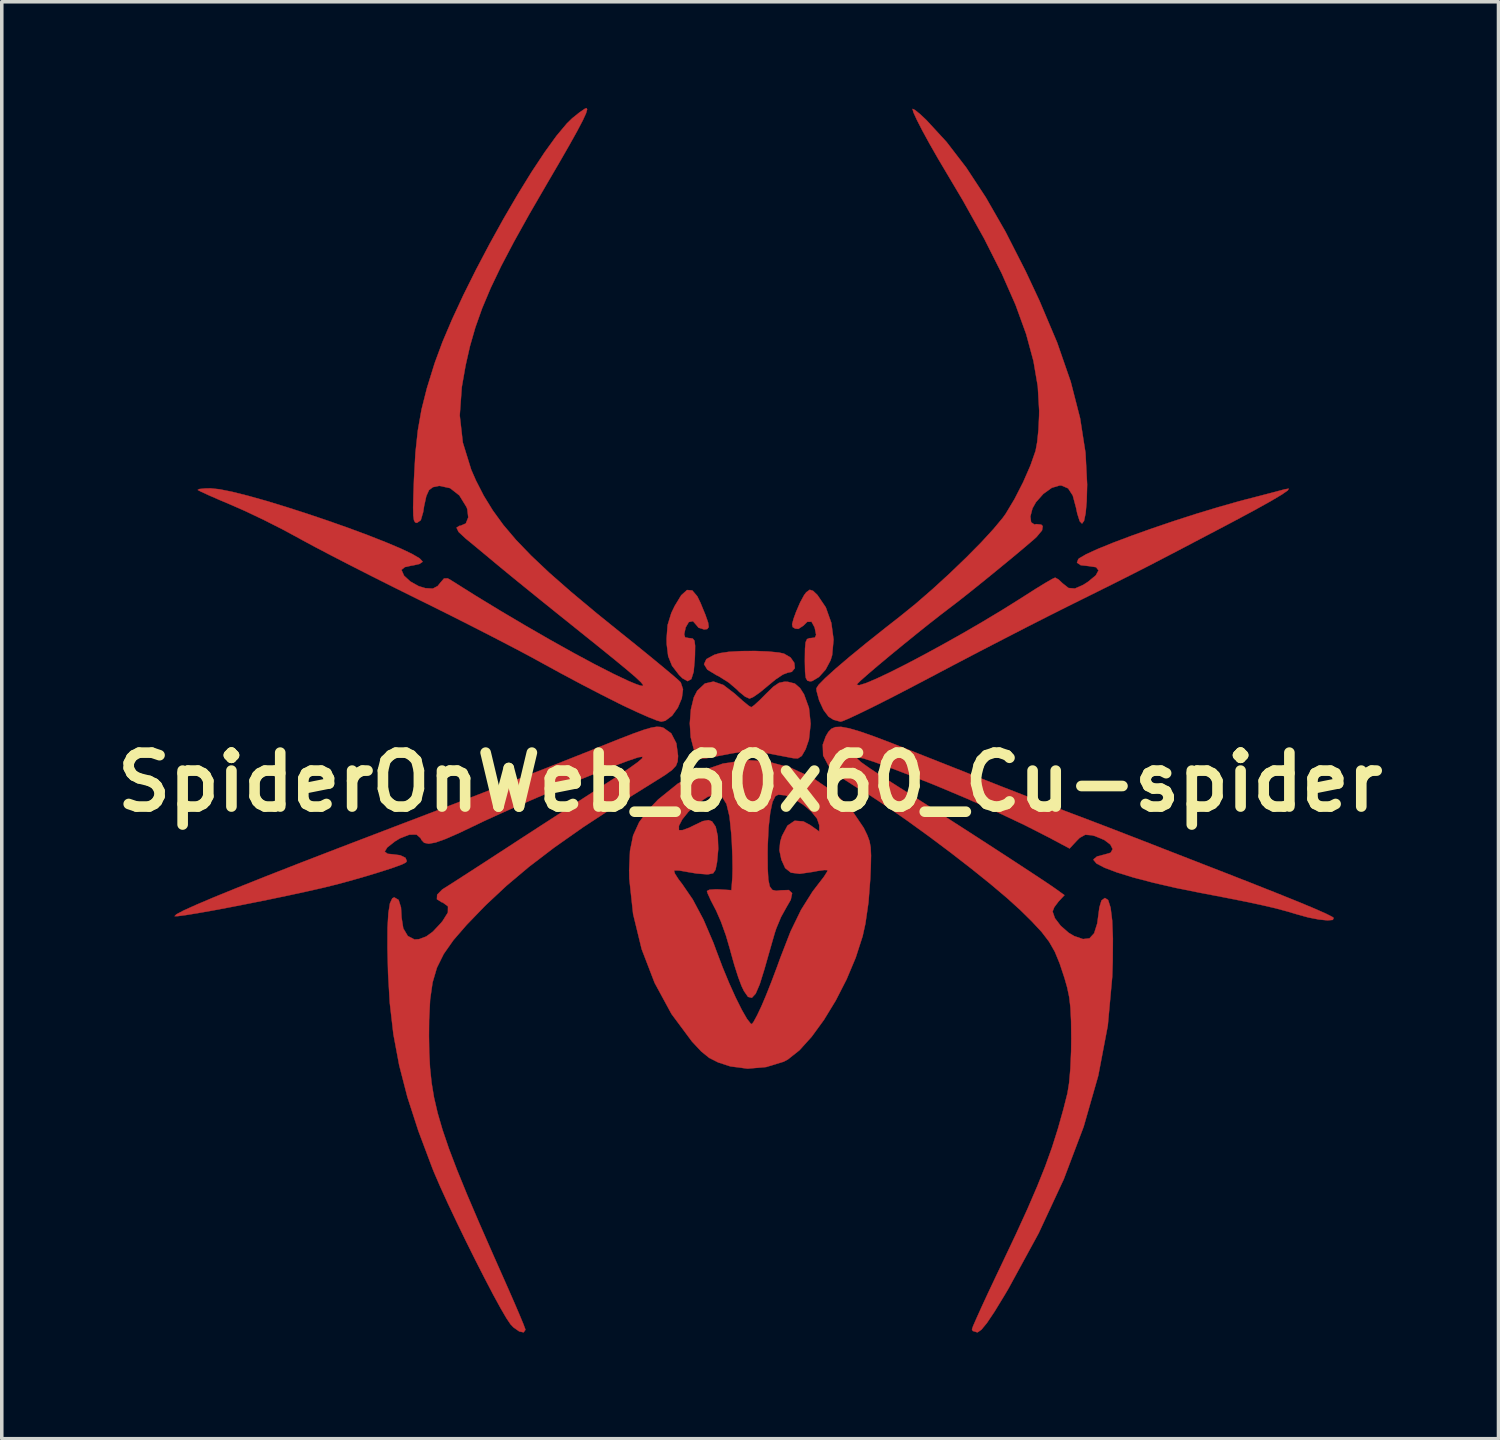
<source format=kicad_pcb>
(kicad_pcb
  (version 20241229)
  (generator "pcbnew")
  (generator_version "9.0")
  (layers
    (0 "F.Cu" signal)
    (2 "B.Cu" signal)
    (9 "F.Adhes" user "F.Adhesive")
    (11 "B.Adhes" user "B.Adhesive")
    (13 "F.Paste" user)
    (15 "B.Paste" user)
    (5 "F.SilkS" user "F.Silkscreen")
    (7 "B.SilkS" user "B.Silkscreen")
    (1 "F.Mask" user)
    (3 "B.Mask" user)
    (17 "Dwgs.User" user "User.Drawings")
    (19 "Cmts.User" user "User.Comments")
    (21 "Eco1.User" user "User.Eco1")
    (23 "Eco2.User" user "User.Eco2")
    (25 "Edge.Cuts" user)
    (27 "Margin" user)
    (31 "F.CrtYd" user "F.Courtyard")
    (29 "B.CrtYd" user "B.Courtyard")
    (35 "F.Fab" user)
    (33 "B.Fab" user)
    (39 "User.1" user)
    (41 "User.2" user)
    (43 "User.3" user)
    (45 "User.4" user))
  (footprint "SpiderOnWeb_60x60_Cu-spider"
    (layer "F.Cu")
    (at 18.15 19.055)
    (property "Reference" "SpiderOnWeb_60x60_Cu-spider" (at 0 0 0) (layer "F.SilkS") (effects (font (size 1.524 1.524) (thickness 0.3))))
    (attr through_hole)
    (fp_poly (pts (xy 0.51 -3.693) (xy 0.814 -3.663) (xy 0.957 -3.632) (xy 1.144 -3.522) (xy 1.249 -3.371) (xy 1.263 -3.221) (xy 1.177 -3.117) (xy 1.062 -3.094) (xy 0.928 -3.042) (xy 0.723 -2.906) (xy 0.506 -2.727) (xy 0.282 -2.541) (xy 0.093 -2.409) (xy -0.017 -2.361) (xy -0.141 -2.416) (xy -0.312 -2.555) (xy -0.371 -2.616) (xy -0.605 -2.815) (xy -0.887 -2.993) (xy -0.957 -3.027) (xy -1.21 -3.181) (xy -1.303 -3.334) (xy -1.237 -3.477) (xy -1.013 -3.599) (xy -0.855 -3.646) (xy -0.6 -3.684) (xy -0.251 -3.704) (xy 0.137 -3.707) (xy 0.51 -3.693)) (stroke (width 0.01) (type solid)) (fill yes) (layer "F.Cu"))
    (fp_poly (pts (xy -1.635 -5.419) (xy -1.493 -5.252) (xy -1.405 -5.072) (xy -1.264 -4.729) (xy -1.187 -4.508) (xy -1.171 -4.383) (xy -1.212 -4.327) (xy -1.3 -4.315) (xy -1.459 -4.366) (xy -1.517 -4.437) (xy -1.615 -4.549) (xy -1.733 -4.525) (xy -1.821 -4.376) (xy -1.864 -4.179) (xy -1.838 -4.092) (xy -1.727 -4.071) (xy -1.706 -4.071) (xy -1.621 -4.058) (xy -1.573 -3.997) (xy -1.555 -3.854) (xy -1.559 -3.594) (xy -1.564 -3.481) (xy -1.596 -3.12) (xy -1.662 -2.913) (xy -1.767 -2.854) (xy -1.916 -2.938) (xy -2.008 -3.03) (xy -2.207 -3.289) (xy -2.316 -3.559) (xy -2.358 -3.902) (xy -2.361 -4.056) (xy -2.332 -4.441) (xy -2.227 -4.782) (xy -2.133 -4.977) (xy -1.947 -5.283) (xy -1.783 -5.43) (xy -1.635 -5.419)) (stroke (width 0.01) (type solid)) (fill yes) (layer "F.Cu"))
    (fp_poly (pts (xy 1.779 -5.407) (xy 1.902 -5.289) (xy 2.139 -4.939) (xy 2.295 -4.5) (xy 2.358 -4.03) (xy 2.318 -3.59) (xy 2.274 -3.445) (xy 2.133 -3.181) (xy 1.946 -2.972) (xy 1.755 -2.858) (xy 1.695 -2.849) (xy 1.619 -2.868) (xy 1.574 -2.945) (xy 1.553 -3.115) (xy 1.547 -3.41) (xy 1.547 -3.46) (xy 1.551 -3.772) (xy 1.568 -3.955) (xy 1.608 -4.043) (xy 1.68 -4.07) (xy 1.71 -4.071) (xy 1.83 -4.086) (xy 1.865 -4.163) (xy 1.829 -4.344) (xy 1.821 -4.376) (xy 1.736 -4.533) (xy 1.616 -4.532) (xy 1.506 -4.424) (xy 1.363 -4.331) (xy 1.273 -4.34) (xy 1.202 -4.383) (xy 1.186 -4.464) (xy 1.23 -4.625) (xy 1.3 -4.816) (xy 1.413 -5.078) (xy 1.527 -5.288) (xy 1.586 -5.366) (xy 1.684 -5.437) (xy 1.779 -5.407)) (stroke (width 0.01) (type solid)) (fill yes) (layer "F.Cu"))
    (fp_poly (pts (xy -0.757 -2.747) (xy -0.433 -2.499) (xy -0.421 -2.488) (xy -0.212 -2.3) (xy -0.05 -2.166) (xy 0.03 -2.117) (xy 0.11 -2.171) (xy 0.266 -2.313) (xy 0.441 -2.489) (xy 0.655 -2.698) (xy 0.816 -2.806) (xy 0.97 -2.839) (xy 1.068 -2.835) (xy 1.264 -2.786) (xy 1.411 -2.658) (xy 1.523 -2.483) (xy 1.663 -2.098) (xy 1.71 -1.648) (xy 1.662 -1.204) (xy 1.569 -0.932) (xy 1.459 -0.741) (xy 1.348 -0.67) (xy 1.223 -0.677) (xy 1.033 -0.713) (xy 0.752 -0.767) (xy 0.509 -0.814) (xy 0.116 -0.869) (xy -0.239 -0.858) (xy -0.509 -0.814) (xy -0.818 -0.755) (xy -1.094 -0.702) (xy -1.242 -0.674) (xy -1.394 -0.666) (xy -1.493 -0.739) (xy -1.589 -0.928) (xy -1.596 -0.944) (xy -1.68 -1.271) (xy -1.705 -1.661) (xy -1.674 -2.056) (xy -1.591 -2.397) (xy -1.496 -2.582) (xy -1.278 -2.788) (xy -1.035 -2.843) (xy -0.757 -2.747)) (stroke (width 0.01) (type solid)) (fill yes) (layer "F.Cu"))
    (fp_poly (pts (xy 2.795 -1.522) (xy 3.1 -1.433) (xy 3.503 -1.292) (xy 4.021 -1.095) (xy 4.671 -0.839) (xy 4.731 -0.815) (xy 5.502 -0.51) (xy 6.144 -0.256) (xy 6.681 -0.044) (xy 7.135 0.135) (xy 7.529 0.288) (xy 7.885 0.427) (xy 8.228 0.558) (xy 8.578 0.692) (xy 8.96 0.837) (xy 9.118 0.897) (xy 9.605 1.081) (xy 10.125 1.28) (xy 10.617 1.47) (xy 11.02 1.626) (xy 11.031 1.63) (xy 11.39 1.77) (xy 11.853 1.951) (xy 12.375 2.154) (xy 12.909 2.362) (xy 13.229 2.486) (xy 14.132 2.839) (xy 14.884 3.137) (xy 15.489 3.381) (xy 15.95 3.573) (xy 16.269 3.714) (xy 16.449 3.805) (xy 16.493 3.838) (xy 16.467 3.893) (xy 16.317 3.906) (xy 16.076 3.882) (xy 15.776 3.824) (xy 15.468 3.739) (xy 15.168 3.65) (xy 14.843 3.563) (xy 14.464 3.475) (xy 14.006 3.377) (xy 13.441 3.265) (xy 12.743 3.131) (xy 12.741 3.131) (xy 12.033 2.989) (xy 11.392 2.841) (xy 10.831 2.694) (xy 10.367 2.551) (xy 10.014 2.417) (xy 9.788 2.298) (xy 9.705 2.198) (xy 9.707 2.179) (xy 9.804 2.1) (xy 9.991 2.051) (xy 9.999 2.05) (xy 10.19 1.994) (xy 10.246 1.891) (xy 10.181 1.764) (xy 10.01 1.634) (xy 9.746 1.524) (xy 9.659 1.501) (xy 9.471 1.486) (xy 9.313 1.574) (xy 9.228 1.659) (xy 9.028 1.875) (xy 8.442 1.562) (xy 7.761 1.215) (xy 6.972 0.842) (xy 6.124 0.463) (xy 5.264 0.101) (xy 4.6 -0.163) (xy 3.991 -0.395) (xy 3.531 -0.564) (xy 3.217 -0.667) (xy 3.047 -0.704) (xy 3.018 -0.672) (xy 3.129 -0.569) (xy 3.376 -0.394) (xy 3.757 -0.144) (xy 4.214 0.147) (xy 4.698 0.454) (xy 5.228 0.793) (xy 5.784 1.15) (xy 6.345 1.511) (xy 6.889 1.863) (xy 7.396 2.193) (xy 7.845 2.487) (xy 8.215 2.731) (xy 8.486 2.912) (xy 8.615 3.001) (xy 8.884 3.194) (xy 8.716 3.373) (xy 8.595 3.534) (xy 8.548 3.656) (xy 8.613 3.844) (xy 8.777 4.06) (xy 9 4.255) (xy 9.156 4.349) (xy 9.407 4.435) (xy 9.591 4.414) (xy 9.722 4.271) (xy 9.81 3.994) (xy 9.867 3.568) (xy 9.87 3.542) (xy 9.93 3.343) (xy 10.027 3.273) (xy 10.118 3.333) (xy 10.187 3.548) (xy 10.232 3.911) (xy 10.252 4.417) (xy 10.248 5.058) (xy 10.234 5.492) (xy 10.108 6.88) (xy 9.839 8.294) (xy 9.425 9.74) (xy 8.864 11.222) (xy 8.154 12.748) (xy 7.294 14.324) (xy 7.183 14.511) (xy 6.905 14.967) (xy 6.691 15.286) (xy 6.534 15.476) (xy 6.429 15.548) (xy 6.418 15.549) (xy 6.293 15.511) (xy 6.269 15.465) (xy 6.302 15.37) (xy 6.398 15.151) (xy 6.544 14.827) (xy 6.732 14.421) (xy 6.953 13.953) (xy 7.115 13.613) (xy 7.511 12.777) (xy 7.84 12.057) (xy 8.112 11.426) (xy 8.34 10.857) (xy 8.532 10.322) (xy 8.699 9.794) (xy 8.853 9.246) (xy 8.968 8.792) (xy 9.015 8.503) (xy 9.051 8.093) (xy 9.072 7.604) (xy 9.076 7.246) (xy 9.071 6.753) (xy 9.053 6.377) (xy 9.018 6.074) (xy 8.959 5.796) (xy 8.885 5.537) (xy 8.747 5.121) (xy 8.611 4.792) (xy 8.45 4.51) (xy 8.24 4.235) (xy 7.954 3.928) (xy 7.641 3.62) (xy 7.27 3.283) (xy 6.798 2.884) (xy 6.251 2.444) (xy 5.659 1.985) (xy 5.049 1.528) (xy 4.449 1.094) (xy 3.889 0.704) (xy 3.396 0.379) (xy 3.006 0.145) (xy 2.535 -0.157) (xy 2.222 -0.453) (xy 2.063 -0.752) (xy 2.053 -1.06) (xy 2.138 -1.296) (xy 2.211 -1.42) (xy 2.296 -1.508) (xy 2.41 -1.557) (xy 2.571 -1.563) (xy 2.795 -1.522)) (stroke (width 0.01) (type solid)) (fill yes) (layer "F.Cu"))
    (fp_poly (pts (xy 4.662 -18.994) (xy 4.812 -18.871) (xy 4.983 -18.71) (xy 5.551 -18.093) (xy 6.108 -17.368) (xy 6.662 -16.524) (xy 7.221 -15.549) (xy 7.79 -14.432) (xy 8.175 -13.61) (xy 8.678 -12.421) (xy 9.06 -11.319) (xy 9.325 -10.287) (xy 9.478 -9.308) (xy 9.524 -8.413) (xy 9.512 -7.946) (xy 9.482 -7.602) (xy 9.437 -7.386) (xy 9.38 -7.307) (xy 9.315 -7.373) (xy 9.246 -7.589) (xy 9.21 -7.76) (xy 9.118 -8.102) (xy 8.987 -8.303) (xy 8.804 -8.382) (xy 8.748 -8.385) (xy 8.526 -8.319) (xy 8.286 -8.147) (xy 8.078 -7.913) (xy 7.979 -7.737) (xy 7.92 -7.509) (xy 7.941 -7.345) (xy 8.034 -7.282) (xy 8.089 -7.293) (xy 8.227 -7.278) (xy 8.269 -7.236) (xy 8.25 -7.116) (xy 8.097 -6.932) (xy 8.013 -6.855) (xy 7.746 -6.627) (xy 7.398 -6.336) (xy 7.004 -6.012) (xy 6.599 -5.682) (xy 6.217 -5.375) (xy 5.895 -5.121) (xy 5.693 -4.966) (xy 5.406 -4.747) (xy 5.066 -4.481) (xy 4.696 -4.185) (xy 4.316 -3.877) (xy 3.947 -3.574) (xy 3.613 -3.295) (xy 3.333 -3.056) (xy 3.129 -2.876) (xy 3.023 -2.773) (xy 3.012 -2.756) (xy 3.079 -2.739) (xy 3.268 -2.797) (xy 3.563 -2.921) (xy 3.945 -3.101) (xy 4.398 -3.329) (xy 4.905 -3.596) (xy 5.448 -3.892) (xy 6.011 -4.208) (xy 6.576 -4.536) (xy 7.126 -4.867) (xy 7.643 -5.19) (xy 7.758 -5.264) (xy 8.077 -5.467) (xy 8.347 -5.632) (xy 8.539 -5.743) (xy 8.621 -5.78) (xy 8.718 -5.726) (xy 8.833 -5.617) (xy 8.998 -5.487) (xy 9.18 -5.473) (xy 9.416 -5.577) (xy 9.547 -5.661) (xy 9.769 -5.844) (xy 9.846 -5.985) (xy 9.776 -6.075) (xy 9.571 -6.106) (xy 9.342 -6.132) (xy 9.237 -6.203) (xy 9.274 -6.303) (xy 9.302 -6.327) (xy 9.499 -6.442) (xy 9.828 -6.592) (xy 10.266 -6.77) (xy 10.789 -6.967) (xy 11.371 -7.174) (xy 11.99 -7.384) (xy 12.62 -7.587) (xy 13.239 -7.774) (xy 13.821 -7.939) (xy 14.002 -7.987) (xy 14.386 -8.086) (xy 14.723 -8.174) (xy 14.976 -8.241) (xy 15.102 -8.275) (xy 15.222 -8.295) (xy 15.196 -8.246) (xy 15.025 -8.127) (xy 14.708 -7.939) (xy 14.244 -7.681) (xy 13.633 -7.354) (xy 13.229 -7.141) (xy 12.596 -6.809) (xy 12.08 -6.538) (xy 11.651 -6.315) (xy 11.282 -6.123) (xy 10.945 -5.951) (xy 10.611 -5.782) (xy 10.253 -5.602) (xy 9.843 -5.398) (xy 9.351 -5.154) (xy 8.996 -4.978) (xy 8.488 -4.723) (xy 7.873 -4.411) (xy 7.189 -4.059) (xy 6.473 -3.689) (xy 5.762 -3.317) (xy 5.093 -2.964) (xy 5.048 -2.94) (xy 4.478 -2.641) (xy 3.948 -2.367) (xy 3.477 -2.13) (xy 3.082 -1.937) (xy 2.784 -1.797) (xy 2.6 -1.721) (xy 2.554 -1.71) (xy 2.359 -1.762) (xy 2.216 -1.852) (xy 2.075 -2.04) (xy 1.951 -2.308) (xy 1.879 -2.573) (xy 1.872 -2.652) (xy 1.936 -2.752) (xy 2.12 -2.939) (xy 2.412 -3.204) (xy 2.803 -3.537) (xy 3.28 -3.928) (xy 3.833 -4.368) (xy 4.233 -4.681) (xy 4.679 -5.042) (xy 5.156 -5.456) (xy 5.639 -5.898) (xy 6.104 -6.345) (xy 6.527 -6.773) (xy 6.881 -7.158) (xy 7.144 -7.475) (xy 7.222 -7.584) (xy 7.471 -7.999) (xy 7.715 -8.476) (xy 7.923 -8.952) (xy 8.066 -9.361) (xy 8.067 -9.362) (xy 8.113 -9.612) (xy 8.149 -9.962) (xy 8.167 -10.353) (xy 8.169 -10.502) (xy 8.13 -11.183) (xy 8.008 -11.9) (xy 7.801 -12.664) (xy 7.502 -13.488) (xy 7.108 -14.383) (xy 6.613 -15.364) (xy 6.012 -16.441) (xy 5.568 -17.189) (xy 5.307 -17.629) (xy 5.069 -18.046) (xy 4.866 -18.417) (xy 4.711 -18.72) (xy 4.615 -18.93) (xy 4.59 -19.026) (xy 4.592 -19.028) (xy 4.662 -18.994)) (stroke (width 0.01) (type solid)) (fill yes) (layer "F.Cu"))
    (fp_poly (pts (xy -2.533 -1.56) (xy -2.455 -1.539) (xy -2.23 -1.379) (xy -2.085 -1.099) (xy -2.037 -0.741) (xy -2.048 -0.587) (xy -2.096 -0.463) (xy -2.208 -0.343) (xy -2.409 -0.198) (xy -2.725 -0.000351) (xy -2.727 0.001) (xy -3.791 0.664) (xy -4.722 1.275) (xy -5.537 1.848) (xy -6.252 2.394) (xy -6.885 2.927) (xy -7.452 3.457) (xy -7.531 3.536) (xy -8.014 4.036) (xy -8.385 4.464) (xy -8.66 4.856) (xy -8.852 5.244) (xy -8.975 5.662) (xy -9.044 6.142) (xy -9.073 6.719) (xy -9.077 7.164) (xy -9.07 7.633) (xy -9.047 8.069) (xy -9.004 8.489) (xy -8.934 8.911) (xy -8.832 9.351) (xy -8.693 9.828) (xy -8.513 10.357) (xy -8.285 10.956) (xy -8.005 11.643) (xy -7.667 12.434) (xy -7.267 13.346) (xy -7.053 13.828) (xy -6.844 14.3) (xy -6.66 14.721) (xy -6.51 15.071) (xy -6.405 15.325) (xy -6.354 15.462) (xy -6.35 15.477) (xy -6.401 15.55) (xy -6.526 15.523) (xy -6.687 15.41) (xy -6.771 15.322) (xy -6.884 15.155) (xy -7.053 14.865) (xy -7.265 14.477) (xy -7.507 14.013) (xy -7.769 13.499) (xy -8.037 12.96) (xy -8.299 12.419) (xy -8.544 11.902) (xy -8.758 11.433) (xy -8.93 11.035) (xy -8.981 10.909) (xy -9.376 9.857) (xy -9.686 8.9) (xy -9.918 8.001) (xy -10.082 7.124) (xy -10.185 6.23) (xy -10.232 5.408) (xy -10.25 4.688) (xy -10.248 4.122) (xy -10.224 3.704) (xy -10.18 3.427) (xy -10.113 3.282) (xy -10.058 3.256) (xy -9.935 3.327) (xy -9.867 3.542) (xy -9.851 3.824) (xy -9.803 4.132) (xy -9.675 4.348) (xy -9.487 4.446) (xy -9.36 4.438) (xy -9.155 4.362) (xy -8.968 4.226) (xy -8.752 3.996) (xy -8.693 3.926) (xy -8.542 3.685) (xy -8.539 3.511) (xy -8.683 3.404) (xy -8.717 3.394) (xy -8.852 3.309) (xy -8.845 3.18) (xy -8.7 3.032) (xy -8.649 3) (xy -8.516 2.916) (xy -8.271 2.759) (xy -7.936 2.543) (xy -7.534 2.283) (xy -7.091 1.995) (xy -6.92 1.884) (xy -6.383 1.534) (xy -5.801 1.157) (xy -5.22 0.781) (xy -4.685 0.436) (xy -4.253 0.157) (xy -3.761 -0.161) (xy -3.402 -0.403) (xy -3.167 -0.572) (xy -3.05 -0.675) (xy -3.044 -0.718) (xy -3.141 -0.706) (xy -3.185 -0.694) (xy -3.446 -0.606) (xy -3.828 -0.464) (xy -4.302 -0.277) (xy -4.84 -0.059) (xy -5.415 0.179) (xy -5.999 0.426) (xy -6.563 0.669) (xy -7.079 0.898) (xy -7.52 1.1) (xy -7.715 1.194) (xy -8.225 1.437) (xy -8.61 1.606) (xy -8.891 1.706) (xy -9.085 1.74) (xy -9.212 1.714) (xy -9.29 1.632) (xy -9.311 1.584) (xy -9.427 1.482) (xy -9.632 1.484) (xy -9.896 1.587) (xy -10.035 1.672) (xy -10.257 1.846) (xy -10.327 1.963) (xy -10.245 2.025) (xy -10.115 2.037) (xy -9.889 2.066) (xy -9.74 2.138) (xy -9.703 2.231) (xy -9.729 2.27) (xy -9.84 2.326) (xy -10.077 2.413) (xy -10.408 2.521) (xy -10.801 2.642) (xy -11.224 2.764) (xy -11.645 2.879) (xy -12.033 2.976) (xy -12.049 2.98) (xy -12.522 3.087) (xy -13.046 3.201) (xy -13.597 3.316) (xy -14.153 3.428) (xy -14.689 3.533) (xy -15.183 3.626) (xy -15.612 3.702) (xy -15.95 3.757) (xy -16.176 3.787) (xy -16.266 3.788) (xy -16.215 3.735) (xy -16.011 3.627) (xy -15.654 3.466) (xy -15.143 3.249) (xy -14.48 2.979) (xy -13.664 2.654) (xy -12.696 2.275) (xy -11.575 1.843) (xy -10.302 1.356) (xy -10.054 1.261) (xy -8.862 0.806) (xy -7.703 0.36) (xy -6.606 -0.067) (xy -5.594 -0.463) (xy -4.694 -0.82) (xy -4.22 -1.011) (xy -3.695 -1.221) (xy -3.297 -1.375) (xy -3.005 -1.479) (xy -2.795 -1.54) (xy -2.645 -1.565) (xy -2.533 -1.56)) (stroke (width 0.01) (type solid)) (fill yes) (layer "F.Cu"))
    (fp_poly (pts (xy 0.473 -0.589) (xy 1.148 -0.406) (xy 1.791 -0.105) (xy 2.37 0.292) (xy 2.853 0.764) (xy 3.209 1.289) (xy 3.218 1.307) (xy 3.312 1.5) (xy 3.373 1.665) (xy 3.406 1.842) (xy 3.417 2.071) (xy 3.41 2.392) (xy 3.396 2.725) (xy 3.345 3.393) (xy 3.258 3.997) (xy 3.179 4.355) (xy 2.983 4.962) (xy 2.725 5.575) (xy 2.421 6.169) (xy 2.087 6.717) (xy 1.738 7.196) (xy 1.393 7.578) (xy 1.065 7.838) (xy 0.948 7.9) (xy 0.453 8.051) (xy -0.071 8.097) (xy -0.556 8.033) (xy -0.57 8.029) (xy -0.905 7.92) (xy -1.156 7.793) (xy -1.38 7.612) (xy -1.637 7.337) (xy -1.646 7.327) (xy -2.222 6.552) (xy -2.699 5.673) (xy -3.065 4.721) (xy -3.307 3.728) (xy -3.415 2.727) (xy -3.419 2.503) (xy -2.15 2.503) (xy -2.127 2.583) (xy -2.023 2.746) (xy -1.92 2.88) (xy -1.62 3.318) (xy -1.319 3.884) (xy -1.036 4.545) (xy -0.952 4.773) (xy -0.776 5.237) (xy -0.59 5.686) (xy -0.406 6.094) (xy -0.235 6.436) (xy -0.091 6.687) (xy 0.015 6.822) (xy 0.048 6.838) (xy 0.1 6.77) (xy 0.197 6.591) (xy 0.317 6.338) (xy 0.321 6.33) (xy 0.448 6.03) (xy 0.604 5.637) (xy 0.764 5.212) (xy 0.853 4.966) (xy 1.142 4.221) (xy 1.44 3.608) (xy 1.762 3.095) (xy 1.936 2.868) (xy 2.087 2.672) (xy 2.176 2.531) (xy 2.188 2.487) (xy 2.097 2.483) (xy 1.9 2.511) (xy 1.765 2.537) (xy 1.401 2.59) (xy 1.153 2.558) (xy 0.99 2.428) (xy 0.883 2.19) (xy 0.827 1.923) (xy 0.85 1.686) (xy 0.901 1.52) (xy 1.055 1.229) (xy 1.258 1.091) (xy 1.505 1.109) (xy 1.7 1.214) (xy 1.954 1.395) (xy 1.954 1.216) (xy 1.891 1.03) (xy 1.727 0.828) (xy 1.498 0.635) (xy 1.243 0.475) (xy 0.997 0.373) (xy 0.798 0.353) (xy 0.713 0.394) (xy 0.632 0.559) (xy 0.568 0.862) (xy 0.521 1.281) (xy 0.497 1.792) (xy 0.494 1.995) (xy 0.497 2.444) (xy 0.514 2.753) (xy 0.554 2.945) (xy 0.625 3.044) (xy 0.736 3.071) (xy 0.867 3.056) (xy 1.093 3.049) (xy 1.187 3.138) (xy 1.149 3.323) (xy 1.023 3.541) (xy 0.874 3.81) (xy 0.739 4.133) (xy 0.696 4.263) (xy 0.611 4.559) (xy 0.505 4.93) (xy 0.402 5.292) (xy 0.271 5.712) (xy 0.156 5.978) (xy 0.049 6.094) (xy -0.059 6.068) (xy -0.174 5.904) (xy -0.243 5.76) (xy -0.335 5.515) (xy -0.444 5.175) (xy -0.548 4.806) (xy -0.57 4.722) (xy -0.683 4.335) (xy -0.823 3.946) (xy -0.961 3.629) (xy -0.983 3.588) (xy -1.109 3.345) (xy -1.195 3.157) (xy -1.221 3.078) (xy -1.149 3.04) (xy -0.967 3.028) (xy -0.875 3.031) (xy -0.529 3.053) (xy -0.502 2.687) (xy -0.496 2.445) (xy -0.501 2.097) (xy -0.517 1.7) (xy -0.531 1.477) (xy -0.583 0.97) (xy -0.668 0.617) (xy -0.794 0.411) (xy -0.968 0.345) (xy -1.199 0.414) (xy -1.495 0.609) (xy -1.533 0.639) (xy -1.748 0.84) (xy -1.917 1.051) (xy -2.013 1.235) (xy -2.012 1.352) (xy -2.008 1.357) (xy -1.908 1.356) (xy -1.72 1.287) (xy -1.583 1.219) (xy -1.339 1.102) (xy -1.179 1.073) (xy -1.078 1.108) (xy -0.974 1.259) (xy -0.914 1.531) (xy -0.901 1.888) (xy -0.935 2.259) (xy -0.978 2.476) (xy -1.045 2.576) (xy -1.177 2.603) (xy -1.246 2.603) (xy -1.511 2.582) (xy -1.795 2.534) (xy -1.807 2.531) (xy -2.012 2.496) (xy -2.138 2.497) (xy -2.15 2.503) (xy -3.419 2.503) (xy -3.419 2.486) (xy -3.395 1.942) (xy -3.307 1.508) (xy -3.137 1.133) (xy -2.865 0.768) (xy -2.6 0.491) (xy -2.047 0.044) (xy -1.426 -0.299) (xy -0.768 -0.525) (xy -0.108 -0.623) (xy 0.473 -0.589)) (stroke (width 0.01) (type solid)) (fill yes) (layer "F.Cu"))
    (fp_poly (pts (xy -4.606 -19.015) (xy -4.638 -18.902) (xy -4.73 -18.702) (xy -4.887 -18.403) (xy -5.114 -17.996) (xy -5.417 -17.469) (xy -5.72 -16.951) (xy -6.239 -16.056) (xy -6.675 -15.273) (xy -7.037 -14.584) (xy -7.333 -13.965) (xy -7.573 -13.395) (xy -7.765 -12.855) (xy -7.918 -12.323) (xy -8.042 -11.776) (xy -8.144 -11.196) (xy -8.149 -11.167) (xy -8.207 -10.365) (xy -8.12 -9.597) (xy -7.883 -8.831) (xy -7.749 -8.525) (xy -7.528 -8.094) (xy -7.274 -7.681) (xy -6.975 -7.269) (xy -6.617 -6.847) (xy -6.187 -6.4) (xy -5.673 -5.915) (xy -5.06 -5.377) (xy -4.337 -4.773) (xy -3.656 -4.223) (xy -3.214 -3.868) (xy -2.811 -3.54) (xy -2.465 -3.255) (xy -2.195 -3.029) (xy -2.019 -2.876) (xy -1.962 -2.82) (xy -1.897 -2.625) (xy -1.931 -2.371) (xy -2.042 -2.107) (xy -2.205 -1.879) (xy -2.397 -1.735) (xy -2.513 -1.71) (xy -2.638 -1.744) (xy -2.878 -1.84) (xy -3.202 -1.983) (xy -3.579 -2.16) (xy -3.723 -2.231) (xy -4.206 -2.475) (xy -4.765 -2.765) (xy -5.333 -3.068) (xy -5.847 -3.349) (xy -5.903 -3.38) (xy -6.268 -3.579) (xy -6.749 -3.833) (xy -7.316 -4.127) (xy -7.94 -4.446) (xy -8.591 -4.774) (xy -9.238 -5.096) (xy -9.395 -5.173) (xy -10.026 -5.486) (xy -10.66 -5.804) (xy -11.268 -6.113) (xy -11.823 -6.399) (xy -12.296 -6.647) (xy -12.658 -6.842) (xy -12.741 -6.888) (xy -13.211 -7.142) (xy -13.739 -7.409) (xy -14.257 -7.656) (xy -14.643 -7.826) (xy -15.001 -7.978) (xy -15.303 -8.11) (xy -15.516 -8.208) (xy -15.612 -8.258) (xy -15.613 -8.259) (xy -15.567 -8.284) (xy -15.4 -8.301) (xy -15.251 -8.304) (xy -14.999 -8.278) (xy -14.64 -8.206) (xy -14.193 -8.094) (xy -13.679 -7.95) (xy -13.118 -7.779) (xy -12.53 -7.59) (xy -11.935 -7.389) (xy -11.353 -7.184) (xy -10.804 -6.98) (xy -10.308 -6.785) (xy -9.885 -6.607) (xy -9.556 -6.451) (xy -9.341 -6.325) (xy -9.258 -6.236) (xy -9.259 -6.227) (xy -9.344 -6.167) (xy -9.528 -6.125) (xy -9.564 -6.121) (xy -9.759 -6.078) (xy -9.849 -6.004) (xy -9.851 -5.993) (xy -9.781 -5.835) (xy -9.604 -5.672) (xy -9.37 -5.54) (xy -9.181 -5.483) (xy -8.967 -5.471) (xy -8.83 -5.543) (xy -8.762 -5.628) (xy -8.652 -5.756) (xy -8.548 -5.76) (xy -8.446 -5.702) (xy -7.767 -5.275) (xy -7.06 -4.844) (xy -6.346 -4.422) (xy -5.647 -4.019) (xy -4.984 -3.649) (xy -4.379 -3.324) (xy -3.854 -3.056) (xy -3.43 -2.856) (xy -3.23 -2.773) (xy -3.105 -2.73) (xy -3.034 -2.719) (xy -3.025 -2.748) (xy -3.087 -2.825) (xy -3.23 -2.96) (xy -3.462 -3.159) (xy -3.792 -3.432) (xy -4.23 -3.787) (xy -4.784 -4.232) (xy -4.966 -4.378) (xy -5.445 -4.762) (xy -5.919 -5.144) (xy -6.362 -5.503) (xy -6.747 -5.816) (xy -7.046 -6.062) (xy -7.164 -6.16) (xy -7.463 -6.409) (xy -7.746 -6.644) (xy -7.969 -6.828) (xy -8.039 -6.885) (xy -8.238 -7.07) (xy -8.298 -7.192) (xy -8.217 -7.244) (xy -8.185 -7.246) (xy -8.035 -7.312) (xy -7.966 -7.483) (xy -7.993 -7.714) (xy -8.016 -7.776) (xy -8.218 -8.104) (xy -8.479 -8.309) (xy -8.773 -8.373) (xy -8.802 -8.371) (xy -8.966 -8.337) (xy -9.076 -8.253) (xy -9.152 -8.085) (xy -9.214 -7.802) (xy -9.241 -7.632) (xy -9.308 -7.403) (xy -9.417 -7.327) (xy -9.418 -7.327) (xy -9.468 -7.342) (xy -9.501 -7.405) (xy -9.519 -7.537) (xy -9.524 -7.762) (xy -9.516 -8.104) (xy -9.5 -8.568) (xy -9.459 -9.306) (xy -9.391 -9.941) (xy -9.287 -10.531) (xy -9.135 -11.135) (xy -8.925 -11.812) (xy -8.9 -11.886) (xy -8.693 -12.445) (xy -8.424 -13.077) (xy -8.106 -13.762) (xy -7.749 -14.479) (xy -7.366 -15.206) (xy -6.969 -15.923) (xy -6.569 -16.608) (xy -6.179 -17.241) (xy -5.809 -17.8) (xy -5.473 -18.265) (xy -5.181 -18.614) (xy -5.027 -18.764) (xy -4.829 -18.923) (xy -4.679 -19.027) (xy -4.627 -19.05) (xy -4.606 -19.015)) (stroke (width 0.01) (type solid)) (fill yes) (layer "F.Cu"))
    (fp_poly (pts (xy 0.51 -3.693) (xy 0.814 -3.663) (xy 0.957 -3.632) (xy 1.144 -3.522) (xy 1.249 -3.371) (xy 1.263 -3.221) (xy 1.177 -3.117) (xy 1.062 -3.094) (xy 0.928 -3.042) (xy 0.723 -2.906) (xy 0.506 -2.727) (xy 0.282 -2.541) (xy 0.093 -2.409) (xy -0.017 -2.361) (xy -0.141 -2.416) (xy -0.312 -2.555) (xy -0.371 -2.616) (xy -0.605 -2.815) (xy -0.887 -2.993) (xy -0.957 -3.027) (xy -1.21 -3.181) (xy -1.303 -3.334) (xy -1.237 -3.477) (xy -1.013 -3.599) (xy -0.855 -3.646) (xy -0.6 -3.684) (xy -0.251 -3.704) (xy 0.137 -3.707) (xy 0.51 -3.693)) (stroke (width 0.01) (type solid)) (fill yes) (layer "F.Mask"))
    (fp_poly (pts (xy -1.635 -5.419) (xy -1.493 -5.252) (xy -1.405 -5.072) (xy -1.264 -4.729) (xy -1.187 -4.508) (xy -1.171 -4.383) (xy -1.212 -4.327) (xy -1.3 -4.315) (xy -1.459 -4.366) (xy -1.517 -4.437) (xy -1.615 -4.549) (xy -1.733 -4.525) (xy -1.821 -4.376) (xy -1.864 -4.179) (xy -1.838 -4.092) (xy -1.727 -4.071) (xy -1.706 -4.071) (xy -1.621 -4.058) (xy -1.573 -3.997) (xy -1.555 -3.854) (xy -1.559 -3.594) (xy -1.564 -3.481) (xy -1.596 -3.12) (xy -1.662 -2.913) (xy -1.767 -2.854) (xy -1.916 -2.938) (xy -2.008 -3.03) (xy -2.207 -3.289) (xy -2.316 -3.559) (xy -2.358 -3.902) (xy -2.361 -4.056) (xy -2.332 -4.441) (xy -2.227 -4.782) (xy -2.133 -4.977) (xy -1.947 -5.283) (xy -1.783 -5.43) (xy -1.635 -5.419)) (stroke (width 0.01) (type solid)) (fill yes) (layer "F.Mask"))
    (fp_poly (pts (xy 1.779 -5.407) (xy 1.902 -5.289) (xy 2.139 -4.939) (xy 2.295 -4.5) (xy 2.358 -4.03) (xy 2.318 -3.59) (xy 2.274 -3.445) (xy 2.133 -3.181) (xy 1.946 -2.972) (xy 1.755 -2.858) (xy 1.695 -2.849) (xy 1.619 -2.868) (xy 1.574 -2.945) (xy 1.553 -3.115) (xy 1.547 -3.41) (xy 1.547 -3.46) (xy 1.551 -3.772) (xy 1.568 -3.955) (xy 1.608 -4.043) (xy 1.68 -4.07) (xy 1.71 -4.071) (xy 1.83 -4.086) (xy 1.865 -4.163) (xy 1.829 -4.344) (xy 1.821 -4.376) (xy 1.736 -4.533) (xy 1.616 -4.532) (xy 1.506 -4.424) (xy 1.363 -4.331) (xy 1.273 -4.34) (xy 1.202 -4.383) (xy 1.186 -4.464) (xy 1.23 -4.625) (xy 1.3 -4.816) (xy 1.413 -5.078) (xy 1.527 -5.288) (xy 1.586 -5.366) (xy 1.684 -5.437) (xy 1.779 -5.407)) (stroke (width 0.01) (type solid)) (fill yes) (layer "F.Mask"))
    (fp_poly (pts (xy -0.757 -2.747) (xy -0.433 -2.499) (xy -0.421 -2.488) (xy -0.212 -2.3) (xy -0.05 -2.166) (xy 0.03 -2.117) (xy 0.11 -2.171) (xy 0.266 -2.313) (xy 0.441 -2.489) (xy 0.655 -2.698) (xy 0.816 -2.806) (xy 0.97 -2.839) (xy 1.068 -2.835) (xy 1.264 -2.786) (xy 1.411 -2.658) (xy 1.523 -2.483) (xy 1.663 -2.098) (xy 1.71 -1.648) (xy 1.662 -1.204) (xy 1.569 -0.932) (xy 1.459 -0.741) (xy 1.348 -0.67) (xy 1.223 -0.677) (xy 1.033 -0.713) (xy 0.752 -0.767) (xy 0.509 -0.814) (xy 0.116 -0.869) (xy -0.239 -0.858) (xy -0.509 -0.814) (xy -0.818 -0.755) (xy -1.094 -0.702) (xy -1.242 -0.674) (xy -1.394 -0.666) (xy -1.493 -0.739) (xy -1.589 -0.928) (xy -1.596 -0.944) (xy -1.68 -1.271) (xy -1.705 -1.661) (xy -1.674 -2.056) (xy -1.591 -2.397) (xy -1.496 -2.582) (xy -1.278 -2.788) (xy -1.035 -2.843) (xy -0.757 -2.747)) (stroke (width 0.01) (type solid)) (fill yes) (layer "F.Mask"))
    (fp_poly (pts (xy 2.795 -1.522) (xy 3.1 -1.433) (xy 3.503 -1.292) (xy 4.021 -1.095) (xy 4.671 -0.839) (xy 4.731 -0.815) (xy 5.502 -0.51) (xy 6.144 -0.256) (xy 6.681 -0.044) (xy 7.135 0.135) (xy 7.529 0.288) (xy 7.885 0.427) (xy 8.228 0.558) (xy 8.578 0.692) (xy 8.96 0.837) (xy 9.118 0.897) (xy 9.605 1.081) (xy 10.125 1.28) (xy 10.617 1.47) (xy 11.02 1.626) (xy 11.031 1.63) (xy 11.39 1.77) (xy 11.853 1.951) (xy 12.375 2.154) (xy 12.909 2.362) (xy 13.229 2.486) (xy 14.132 2.839) (xy 14.884 3.137) (xy 15.489 3.381) (xy 15.95 3.573) (xy 16.269 3.714) (xy 16.449 3.805) (xy 16.493 3.838) (xy 16.467 3.893) (xy 16.317 3.906) (xy 16.076 3.882) (xy 15.776 3.824) (xy 15.468 3.739) (xy 15.168 3.65) (xy 14.843 3.563) (xy 14.464 3.475) (xy 14.006 3.377) (xy 13.441 3.265) (xy 12.743 3.131) (xy 12.741 3.131) (xy 12.033 2.989) (xy 11.392 2.841) (xy 10.831 2.694) (xy 10.367 2.551) (xy 10.014 2.417) (xy 9.788 2.298) (xy 9.705 2.198) (xy 9.707 2.179) (xy 9.804 2.1) (xy 9.991 2.051) (xy 9.999 2.05) (xy 10.19 1.994) (xy 10.246 1.891) (xy 10.181 1.764) (xy 10.01 1.634) (xy 9.746 1.524) (xy 9.659 1.501) (xy 9.471 1.486) (xy 9.313 1.574) (xy 9.228 1.659) (xy 9.028 1.875) (xy 8.442 1.562) (xy 7.761 1.215) (xy 6.972 0.842) (xy 6.124 0.463) (xy 5.264 0.101) (xy 4.6 -0.163) (xy 3.991 -0.395) (xy 3.531 -0.564) (xy 3.217 -0.667) (xy 3.047 -0.704) (xy 3.018 -0.672) (xy 3.129 -0.569) (xy 3.376 -0.394) (xy 3.757 -0.144) (xy 4.214 0.147) (xy 4.698 0.454) (xy 5.228 0.793) (xy 5.784 1.15) (xy 6.345 1.511) (xy 6.889 1.863) (xy 7.396 2.193) (xy 7.845 2.487) (xy 8.215 2.731) (xy 8.486 2.912) (xy 8.615 3.001) (xy 8.884 3.194) (xy 8.716 3.373) (xy 8.595 3.534) (xy 8.548 3.656) (xy 8.613 3.844) (xy 8.777 4.06) (xy 9 4.255) (xy 9.156 4.349) (xy 9.407 4.435) (xy 9.591 4.414) (xy 9.722 4.271) (xy 9.81 3.994) (xy 9.867 3.568) (xy 9.87 3.542) (xy 9.93 3.343) (xy 10.027 3.273) (xy 10.118 3.333) (xy 10.187 3.548) (xy 10.232 3.911) (xy 10.252 4.417) (xy 10.248 5.058) (xy 10.234 5.492) (xy 10.108 6.88) (xy 9.839 8.294) (xy 9.425 9.74) (xy 8.864 11.222) (xy 8.154 12.748) (xy 7.294 14.324) (xy 7.183 14.511) (xy 6.905 14.967) (xy 6.691 15.286) (xy 6.534 15.476) (xy 6.429 15.548) (xy 6.418 15.549) (xy 6.293 15.511) (xy 6.269 15.465) (xy 6.302 15.37) (xy 6.398 15.151) (xy 6.544 14.827) (xy 6.732 14.421) (xy 6.953 13.953) (xy 7.115 13.613) (xy 7.511 12.777) (xy 7.84 12.057) (xy 8.112 11.426) (xy 8.34 10.857) (xy 8.532 10.322) (xy 8.699 9.794) (xy 8.853 9.246) (xy 8.968 8.792) (xy 9.015 8.503) (xy 9.051 8.093) (xy 9.072 7.604) (xy 9.076 7.246) (xy 9.071 6.753) (xy 9.053 6.377) (xy 9.018 6.074) (xy 8.959 5.796) (xy 8.885 5.537) (xy 8.747 5.121) (xy 8.611 4.792) (xy 8.45 4.51) (xy 8.24 4.235) (xy 7.954 3.928) (xy 7.641 3.62) (xy 7.27 3.283) (xy 6.798 2.884) (xy 6.251 2.444) (xy 5.659 1.985) (xy 5.049 1.528) (xy 4.449 1.094) (xy 3.889 0.704) (xy 3.396 0.379) (xy 3.006 0.145) (xy 2.535 -0.157) (xy 2.222 -0.453) (xy 2.063 -0.752) (xy 2.053 -1.06) (xy 2.138 -1.296) (xy 2.211 -1.42) (xy 2.296 -1.508) (xy 2.41 -1.557) (xy 2.571 -1.563) (xy 2.795 -1.522)) (stroke (width 0.01) (type solid)) (fill yes) (layer "F.Mask"))
    (fp_poly (pts (xy 4.662 -18.994) (xy 4.812 -18.871) (xy 4.983 -18.71) (xy 5.551 -18.093) (xy 6.108 -17.368) (xy 6.662 -16.524) (xy 7.221 -15.549) (xy 7.79 -14.432) (xy 8.175 -13.61) (xy 8.678 -12.421) (xy 9.06 -11.319) (xy 9.325 -10.287) (xy 9.478 -9.308) (xy 9.524 -8.413) (xy 9.512 -7.946) (xy 9.482 -7.602) (xy 9.437 -7.386) (xy 9.38 -7.307) (xy 9.315 -7.373) (xy 9.246 -7.589) (xy 9.21 -7.76) (xy 9.118 -8.102) (xy 8.987 -8.303) (xy 8.804 -8.382) (xy 8.748 -8.385) (xy 8.526 -8.319) (xy 8.286 -8.147) (xy 8.078 -7.913) (xy 7.979 -7.737) (xy 7.92 -7.509) (xy 7.941 -7.345) (xy 8.034 -7.282) (xy 8.089 -7.293) (xy 8.227 -7.278) (xy 8.269 -7.236) (xy 8.25 -7.116) (xy 8.097 -6.932) (xy 8.013 -6.855) (xy 7.746 -6.627) (xy 7.398 -6.336) (xy 7.004 -6.012) (xy 6.599 -5.682) (xy 6.217 -5.375) (xy 5.895 -5.121) (xy 5.693 -4.966) (xy 5.406 -4.747) (xy 5.066 -4.481) (xy 4.696 -4.185) (xy 4.316 -3.877) (xy 3.947 -3.574) (xy 3.613 -3.295) (xy 3.333 -3.056) (xy 3.129 -2.876) (xy 3.023 -2.773) (xy 3.012 -2.756) (xy 3.079 -2.739) (xy 3.268 -2.797) (xy 3.563 -2.921) (xy 3.945 -3.101) (xy 4.398 -3.329) (xy 4.905 -3.596) (xy 5.448 -3.892) (xy 6.011 -4.208) (xy 6.576 -4.536) (xy 7.126 -4.867) (xy 7.643 -5.19) (xy 7.758 -5.264) (xy 8.077 -5.467) (xy 8.347 -5.632) (xy 8.539 -5.743) (xy 8.621 -5.78) (xy 8.718 -5.726) (xy 8.833 -5.617) (xy 8.998 -5.487) (xy 9.18 -5.473) (xy 9.416 -5.577) (xy 9.547 -5.661) (xy 9.769 -5.844) (xy 9.846 -5.985) (xy 9.776 -6.075) (xy 9.571 -6.106) (xy 9.342 -6.132) (xy 9.237 -6.203) (xy 9.274 -6.303) (xy 9.302 -6.327) (xy 9.499 -6.442) (xy 9.828 -6.592) (xy 10.266 -6.77) (xy 10.789 -6.967) (xy 11.371 -7.174) (xy 11.99 -7.384) (xy 12.62 -7.587) (xy 13.239 -7.774) (xy 13.821 -7.939) (xy 14.002 -7.987) (xy 14.386 -8.086) (xy 14.723 -8.174) (xy 14.976 -8.241) (xy 15.102 -8.275) (xy 15.222 -8.295) (xy 15.196 -8.246) (xy 15.025 -8.127) (xy 14.708 -7.939) (xy 14.244 -7.681) (xy 13.633 -7.354) (xy 13.229 -7.141) (xy 12.596 -6.809) (xy 12.08 -6.538) (xy 11.651 -6.315) (xy 11.282 -6.123) (xy 10.945 -5.951) (xy 10.611 -5.782) (xy 10.253 -5.602) (xy 9.843 -5.398) (xy 9.351 -5.154) (xy 8.996 -4.978) (xy 8.488 -4.723) (xy 7.873 -4.411) (xy 7.189 -4.059) (xy 6.473 -3.689) (xy 5.762 -3.317) (xy 5.093 -2.964) (xy 5.048 -2.94) (xy 4.478 -2.641) (xy 3.948 -2.367) (xy 3.477 -2.13) (xy 3.082 -1.937) (xy 2.784 -1.797) (xy 2.6 -1.721) (xy 2.554 -1.71) (xy 2.359 -1.762) (xy 2.216 -1.852) (xy 2.075 -2.04) (xy 1.951 -2.308) (xy 1.879 -2.573) (xy 1.872 -2.652) (xy 1.936 -2.752) (xy 2.12 -2.939) (xy 2.412 -3.204) (xy 2.803 -3.537) (xy 3.28 -3.928) (xy 3.833 -4.368) (xy 4.233 -4.681) (xy 4.679 -5.042) (xy 5.156 -5.456) (xy 5.639 -5.898) (xy 6.104 -6.345) (xy 6.527 -6.773) (xy 6.881 -7.158) (xy 7.144 -7.475) (xy 7.222 -7.584) (xy 7.471 -7.999) (xy 7.715 -8.476) (xy 7.923 -8.952) (xy 8.066 -9.361) (xy 8.067 -9.362) (xy 8.113 -9.612) (xy 8.149 -9.962) (xy 8.167 -10.353) (xy 8.169 -10.502) (xy 8.13 -11.183) (xy 8.008 -11.9) (xy 7.801 -12.664) (xy 7.502 -13.488) (xy 7.108 -14.383) (xy 6.613 -15.364) (xy 6.012 -16.441) (xy 5.568 -17.189) (xy 5.307 -17.629) (xy 5.069 -18.046) (xy 4.866 -18.417) (xy 4.711 -18.72) (xy 4.615 -18.93) (xy 4.59 -19.026) (xy 4.592 -19.028) (xy 4.662 -18.994)) (stroke (width 0.01) (type solid)) (fill yes) (layer "F.Mask"))
    (fp_poly (pts (xy -2.533 -1.56) (xy -2.455 -1.539) (xy -2.23 -1.379) (xy -2.085 -1.099) (xy -2.037 -0.741) (xy -2.048 -0.587) (xy -2.096 -0.463) (xy -2.208 -0.343) (xy -2.409 -0.198) (xy -2.725 -0.000351) (xy -2.727 0.001) (xy -3.791 0.664) (xy -4.722 1.275) (xy -5.537 1.848) (xy -6.252 2.394) (xy -6.885 2.927) (xy -7.452 3.457) (xy -7.531 3.536) (xy -8.014 4.036) (xy -8.385 4.464) (xy -8.66 4.856) (xy -8.852 5.244) (xy -8.975 5.662) (xy -9.044 6.142) (xy -9.073 6.719) (xy -9.077 7.164) (xy -9.07 7.633) (xy -9.047 8.069) (xy -9.004 8.489) (xy -8.934 8.911) (xy -8.832 9.351) (xy -8.693 9.828) (xy -8.513 10.357) (xy -8.285 10.956) (xy -8.005 11.643) (xy -7.667 12.434) (xy -7.267 13.346) (xy -7.053 13.828) (xy -6.844 14.3) (xy -6.66 14.721) (xy -6.51 15.071) (xy -6.405 15.325) (xy -6.354 15.462) (xy -6.35 15.477) (xy -6.401 15.55) (xy -6.526 15.523) (xy -6.687 15.41) (xy -6.771 15.322) (xy -6.884 15.155) (xy -7.053 14.865) (xy -7.265 14.477) (xy -7.507 14.013) (xy -7.769 13.499) (xy -8.037 12.96) (xy -8.299 12.419) (xy -8.544 11.902) (xy -8.758 11.433) (xy -8.93 11.035) (xy -8.981 10.909) (xy -9.376 9.857) (xy -9.686 8.9) (xy -9.918 8.001) (xy -10.082 7.124) (xy -10.185 6.23) (xy -10.232 5.408) (xy -10.25 4.688) (xy -10.248 4.122) (xy -10.224 3.704) (xy -10.18 3.427) (xy -10.113 3.282) (xy -10.058 3.256) (xy -9.935 3.327) (xy -9.867 3.542) (xy -9.851 3.824) (xy -9.803 4.132) (xy -9.675 4.348) (xy -9.487 4.446) (xy -9.36 4.438) (xy -9.155 4.362) (xy -8.968 4.226) (xy -8.752 3.996) (xy -8.693 3.926) (xy -8.542 3.685) (xy -8.539 3.511) (xy -8.683 3.404) (xy -8.717 3.394) (xy -8.852 3.309) (xy -8.845 3.18) (xy -8.7 3.032) (xy -8.649 3) (xy -8.516 2.916) (xy -8.271 2.759) (xy -7.936 2.543) (xy -7.534 2.283) (xy -7.091 1.995) (xy -6.92 1.884) (xy -6.383 1.534) (xy -5.801 1.157) (xy -5.22 0.781) (xy -4.685 0.436) (xy -4.253 0.157) (xy -3.761 -0.161) (xy -3.402 -0.403) (xy -3.167 -0.572) (xy -3.05 -0.675) (xy -3.044 -0.718) (xy -3.141 -0.706) (xy -3.185 -0.694) (xy -3.446 -0.606) (xy -3.828 -0.464) (xy -4.302 -0.277) (xy -4.84 -0.059) (xy -5.415 0.179) (xy -5.999 0.426) (xy -6.563 0.669) (xy -7.079 0.898) (xy -7.52 1.1) (xy -7.715 1.194) (xy -8.225 1.437) (xy -8.61 1.606) (xy -8.891 1.706) (xy -9.085 1.74) (xy -9.212 1.714) (xy -9.29 1.632) (xy -9.311 1.584) (xy -9.427 1.482) (xy -9.632 1.484) (xy -9.896 1.587) (xy -10.035 1.672) (xy -10.257 1.846) (xy -10.327 1.963) (xy -10.245 2.025) (xy -10.115 2.037) (xy -9.889 2.066) (xy -9.74 2.138) (xy -9.703 2.231) (xy -9.729 2.27) (xy -9.84 2.326) (xy -10.077 2.413) (xy -10.408 2.521) (xy -10.801 2.642) (xy -11.224 2.764) (xy -11.645 2.879) (xy -12.033 2.976) (xy -12.049 2.98) (xy -12.522 3.087) (xy -13.046 3.201) (xy -13.597 3.316) (xy -14.153 3.428) (xy -14.689 3.533) (xy -15.183 3.626) (xy -15.612 3.702) (xy -15.95 3.757) (xy -16.176 3.787) (xy -16.266 3.788) (xy -16.215 3.735) (xy -16.011 3.627) (xy -15.654 3.466) (xy -15.143 3.249) (xy -14.48 2.979) (xy -13.664 2.654) (xy -12.696 2.275) (xy -11.575 1.843) (xy -10.302 1.356) (xy -10.054 1.261) (xy -8.862 0.806) (xy -7.703 0.36) (xy -6.606 -0.067) (xy -5.594 -0.463) (xy -4.694 -0.82) (xy -4.22 -1.011) (xy -3.695 -1.221) (xy -3.297 -1.375) (xy -3.005 -1.479) (xy -2.795 -1.54) (xy -2.645 -1.565) (xy -2.533 -1.56)) (stroke (width 0.01) (type solid)) (fill yes) (layer "F.Mask"))
    (fp_poly (pts (xy 0.473 -0.589) (xy 1.148 -0.406) (xy 1.791 -0.105) (xy 2.37 0.292) (xy 2.853 0.764) (xy 3.209 1.289) (xy 3.218 1.307) (xy 3.312 1.5) (xy 3.373 1.665) (xy 3.406 1.842) (xy 3.417 2.071) (xy 3.41 2.392) (xy 3.396 2.725) (xy 3.345 3.393) (xy 3.258 3.997) (xy 3.179 4.355) (xy 2.983 4.962) (xy 2.725 5.575) (xy 2.421 6.169) (xy 2.087 6.717) (xy 1.738 7.196) (xy 1.393 7.578) (xy 1.065 7.838) (xy 0.948 7.9) (xy 0.453 8.051) (xy -0.071 8.097) (xy -0.556 8.033) (xy -0.57 8.029) (xy -0.905 7.92) (xy -1.156 7.793) (xy -1.38 7.612) (xy -1.637 7.337) (xy -1.646 7.327) (xy -2.222 6.552) (xy -2.699 5.673) (xy -3.065 4.721) (xy -3.307 3.728) (xy -3.415 2.727) (xy -3.419 2.503) (xy -2.15 2.503) (xy -2.127 2.583) (xy -2.023 2.746) (xy -1.92 2.88) (xy -1.62 3.318) (xy -1.319 3.884) (xy -1.036 4.545) (xy -0.952 4.773) (xy -0.776 5.237) (xy -0.59 5.686) (xy -0.406 6.094) (xy -0.235 6.436) (xy -0.091 6.687) (xy 0.015 6.822) (xy 0.048 6.838) (xy 0.1 6.77) (xy 0.197 6.591) (xy 0.317 6.338) (xy 0.321 6.33) (xy 0.448 6.03) (xy 0.604 5.637) (xy 0.764 5.212) (xy 0.853 4.966) (xy 1.142 4.221) (xy 1.44 3.608) (xy 1.762 3.095) (xy 1.936 2.868) (xy 2.087 2.672) (xy 2.176 2.531) (xy 2.188 2.487) (xy 2.097 2.483) (xy 1.9 2.511) (xy 1.765 2.537) (xy 1.401 2.59) (xy 1.153 2.558) (xy 0.99 2.428) (xy 0.883 2.19) (xy 0.827 1.923) (xy 0.85 1.686) (xy 0.901 1.52) (xy 1.055 1.229) (xy 1.258 1.091) (xy 1.505 1.109) (xy 1.7 1.214) (xy 1.954 1.395) (xy 1.954 1.216) (xy 1.891 1.03) (xy 1.727 0.828) (xy 1.498 0.635) (xy 1.243 0.475) (xy 0.997 0.373) (xy 0.798 0.353) (xy 0.713 0.394) (xy 0.632 0.559) (xy 0.568 0.862) (xy 0.521 1.281) (xy 0.497 1.792) (xy 0.494 1.995) (xy 0.497 2.444) (xy 0.514 2.753) (xy 0.554 2.945) (xy 0.625 3.044) (xy 0.736 3.071) (xy 0.867 3.056) (xy 1.093 3.049) (xy 1.187 3.138) (xy 1.149 3.323) (xy 1.023 3.541) (xy 0.874 3.81) (xy 0.739 4.133) (xy 0.696 4.263) (xy 0.611 4.559) (xy 0.505 4.93) (xy 0.402 5.292) (xy 0.271 5.712) (xy 0.156 5.978) (xy 0.049 6.094) (xy -0.059 6.068) (xy -0.174 5.904) (xy -0.243 5.76) (xy -0.335 5.515) (xy -0.444 5.175) (xy -0.548 4.806) (xy -0.57 4.722) (xy -0.683 4.335) (xy -0.823 3.946) (xy -0.961 3.629) (xy -0.983 3.588) (xy -1.109 3.345) (xy -1.195 3.157) (xy -1.221 3.078) (xy -1.149 3.04) (xy -0.967 3.028) (xy -0.875 3.031) (xy -0.529 3.053) (xy -0.502 2.687) (xy -0.496 2.445) (xy -0.501 2.097) (xy -0.517 1.7) (xy -0.531 1.477) (xy -0.583 0.97) (xy -0.668 0.617) (xy -0.794 0.411) (xy -0.968 0.345) (xy -1.199 0.414) (xy -1.495 0.609) (xy -1.533 0.639) (xy -1.748 0.84) (xy -1.917 1.051) (xy -2.013 1.235) (xy -2.012 1.352) (xy -2.008 1.357) (xy -1.908 1.356) (xy -1.72 1.287) (xy -1.583 1.219) (xy -1.339 1.102) (xy -1.179 1.073) (xy -1.078 1.108) (xy -0.974 1.259) (xy -0.914 1.531) (xy -0.901 1.888) (xy -0.935 2.259) (xy -0.978 2.476) (xy -1.045 2.576) (xy -1.177 2.603) (xy -1.246 2.603) (xy -1.511 2.582) (xy -1.795 2.534) (xy -1.807 2.531) (xy -2.012 2.496) (xy -2.138 2.497) (xy -2.15 2.503) (xy -3.419 2.503) (xy -3.419 2.486) (xy -3.395 1.942) (xy -3.307 1.508) (xy -3.137 1.133) (xy -2.865 0.768) (xy -2.6 0.491) (xy -2.047 0.044) (xy -1.426 -0.299) (xy -0.768 -0.525) (xy -0.108 -0.623) (xy 0.473 -0.589)) (stroke (width 0.01) (type solid)) (fill yes) (layer "F.Mask"))
    (fp_poly (pts (xy -4.606 -19.015) (xy -4.638 -18.902) (xy -4.73 -18.702) (xy -4.887 -18.403) (xy -5.114 -17.996) (xy -5.417 -17.469) (xy -5.72 -16.951) (xy -6.239 -16.056) (xy -6.675 -15.273) (xy -7.037 -14.584) (xy -7.333 -13.965) (xy -7.573 -13.395) (xy -7.765 -12.855) (xy -7.918 -12.323) (xy -8.042 -11.776) (xy -8.144 -11.196) (xy -8.149 -11.167) (xy -8.207 -10.365) (xy -8.12 -9.597) (xy -7.883 -8.831) (xy -7.749 -8.525) (xy -7.528 -8.094) (xy -7.274 -7.681) (xy -6.975 -7.269) (xy -6.617 -6.847) (xy -6.187 -6.4) (xy -5.673 -5.915) (xy -5.06 -5.377) (xy -4.337 -4.773) (xy -3.656 -4.223) (xy -3.214 -3.868) (xy -2.811 -3.54) (xy -2.465 -3.255) (xy -2.195 -3.029) (xy -2.019 -2.876) (xy -1.962 -2.82) (xy -1.897 -2.625) (xy -1.931 -2.371) (xy -2.042 -2.107) (xy -2.205 -1.879) (xy -2.397 -1.735) (xy -2.513 -1.71) (xy -2.638 -1.744) (xy -2.878 -1.84) (xy -3.202 -1.983) (xy -3.579 -2.16) (xy -3.723 -2.231) (xy -4.206 -2.475) (xy -4.765 -2.765) (xy -5.333 -3.068) (xy -5.847 -3.349) (xy -5.903 -3.38) (xy -6.268 -3.579) (xy -6.749 -3.833) (xy -7.316 -4.127) (xy -7.94 -4.446) (xy -8.591 -4.774) (xy -9.238 -5.096) (xy -9.395 -5.173) (xy -10.026 -5.486) (xy -10.66 -5.804) (xy -11.268 -6.113) (xy -11.823 -6.399) (xy -12.296 -6.647) (xy -12.658 -6.842) (xy -12.741 -6.888) (xy -13.211 -7.142) (xy -13.739 -7.409) (xy -14.257 -7.656) (xy -14.643 -7.826) (xy -15.001 -7.978) (xy -15.303 -8.11) (xy -15.516 -8.208) (xy -15.612 -8.258) (xy -15.613 -8.259) (xy -15.567 -8.284) (xy -15.4 -8.301) (xy -15.251 -8.304) (xy -14.999 -8.278) (xy -14.64 -8.206) (xy -14.193 -8.094) (xy -13.679 -7.95) (xy -13.118 -7.779) (xy -12.53 -7.59) (xy -11.935 -7.389) (xy -11.353 -7.184) (xy -10.804 -6.98) (xy -10.308 -6.785) (xy -9.885 -6.607) (xy -9.556 -6.451) (xy -9.341 -6.325) (xy -9.258 -6.236) (xy -9.259 -6.227) (xy -9.344 -6.167) (xy -9.528 -6.125) (xy -9.564 -6.121) (xy -9.759 -6.078) (xy -9.849 -6.004) (xy -9.851 -5.993) (xy -9.781 -5.835) (xy -9.604 -5.672) (xy -9.37 -5.54) (xy -9.181 -5.483) (xy -8.967 -5.471) (xy -8.83 -5.543) (xy -8.762 -5.628) (xy -8.652 -5.756) (xy -8.548 -5.76) (xy -8.446 -5.702) (xy -7.767 -5.275) (xy -7.06 -4.844) (xy -6.346 -4.422) (xy -5.647 -4.019) (xy -4.984 -3.649) (xy -4.379 -3.324) (xy -3.854 -3.056) (xy -3.43 -2.856) (xy -3.23 -2.773) (xy -3.105 -2.73) (xy -3.034 -2.719) (xy -3.025 -2.748) (xy -3.087 -2.825) (xy -3.23 -2.96) (xy -3.462 -3.159) (xy -3.792 -3.432) (xy -4.23 -3.787) (xy -4.784 -4.232) (xy -4.966 -4.378) (xy -5.445 -4.762) (xy -5.919 -5.144) (xy -6.362 -5.503) (xy -6.747 -5.816) (xy -7.046 -6.062) (xy -7.164 -6.16) (xy -7.463 -6.409) (xy -7.746 -6.644) (xy -7.969 -6.828) (xy -8.039 -6.885) (xy -8.238 -7.07) (xy -8.298 -7.192) (xy -8.217 -7.244) (xy -8.185 -7.246) (xy -8.035 -7.312) (xy -7.966 -7.483) (xy -7.993 -7.714) (xy -8.016 -7.776) (xy -8.218 -8.104) (xy -8.479 -8.309) (xy -8.773 -8.373) (xy -8.802 -8.371) (xy -8.966 -8.337) (xy -9.076 -8.253) (xy -9.152 -8.085) (xy -9.214 -7.802) (xy -9.241 -7.632) (xy -9.308 -7.403) (xy -9.417 -7.327) (xy -9.418 -7.327) (xy -9.468 -7.342) (xy -9.501 -7.405) (xy -9.519 -7.537) (xy -9.524 -7.762) (xy -9.516 -8.104) (xy -9.5 -8.568) (xy -9.459 -9.306) (xy -9.391 -9.941) (xy -9.287 -10.531) (xy -9.135 -11.135) (xy -8.925 -11.812) (xy -8.9 -11.886) (xy -8.693 -12.445) (xy -8.424 -13.077) (xy -8.106 -13.762) (xy -7.749 -14.479) (xy -7.366 -15.206) (xy -6.969 -15.923) (xy -6.569 -16.608) (xy -6.179 -17.241) (xy -5.809 -17.8) (xy -5.473 -18.265) (xy -5.181 -18.614) (xy -5.027 -18.764) (xy -4.829 -18.923) (xy -4.679 -19.027) (xy -4.627 -19.05) (xy -4.606 -19.015)) (stroke (width 0.01) (type solid)) (fill yes) (layer "F.Mask")))
  (gr_rect
    (start -3 -3)
    (end 39.3 37.61)
    (stroke (width 0.1) (type default))
    (fill no)
    (layer "Edge.Cuts")))
</source>
